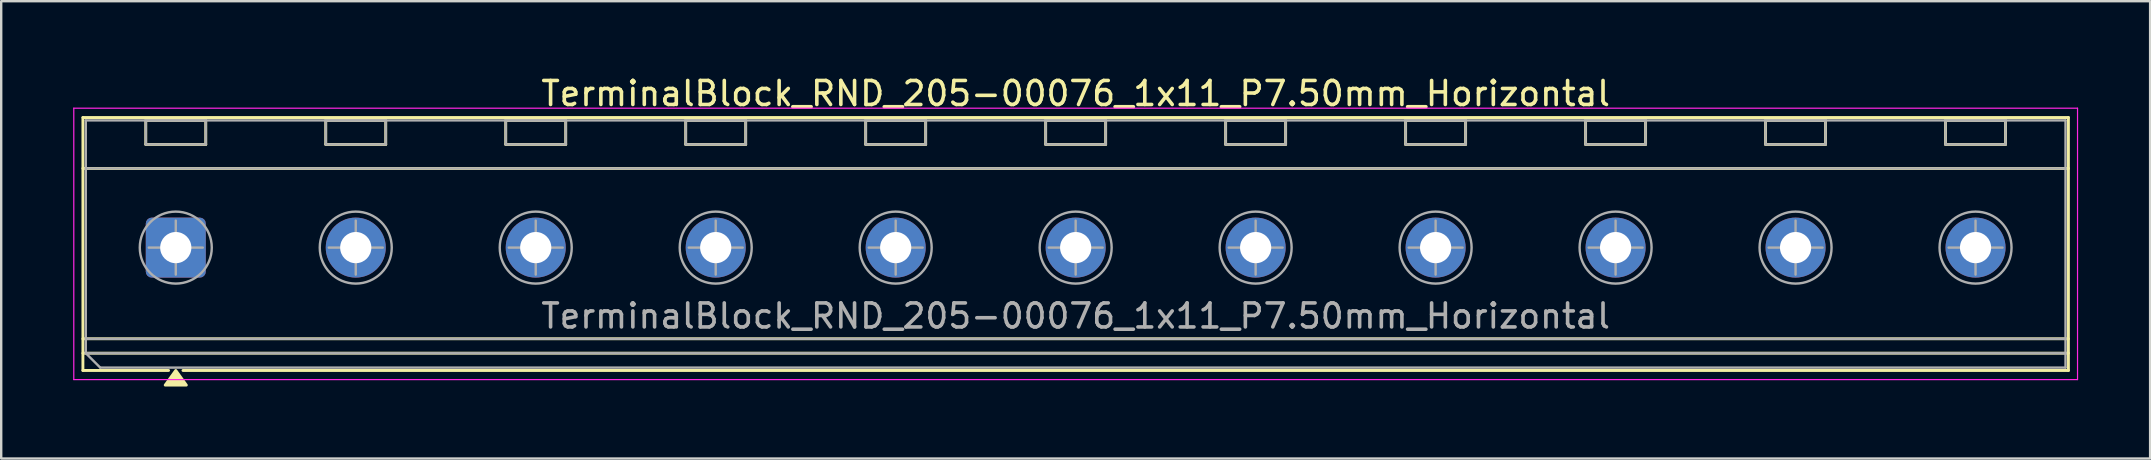
<source format=kicad_pcb>
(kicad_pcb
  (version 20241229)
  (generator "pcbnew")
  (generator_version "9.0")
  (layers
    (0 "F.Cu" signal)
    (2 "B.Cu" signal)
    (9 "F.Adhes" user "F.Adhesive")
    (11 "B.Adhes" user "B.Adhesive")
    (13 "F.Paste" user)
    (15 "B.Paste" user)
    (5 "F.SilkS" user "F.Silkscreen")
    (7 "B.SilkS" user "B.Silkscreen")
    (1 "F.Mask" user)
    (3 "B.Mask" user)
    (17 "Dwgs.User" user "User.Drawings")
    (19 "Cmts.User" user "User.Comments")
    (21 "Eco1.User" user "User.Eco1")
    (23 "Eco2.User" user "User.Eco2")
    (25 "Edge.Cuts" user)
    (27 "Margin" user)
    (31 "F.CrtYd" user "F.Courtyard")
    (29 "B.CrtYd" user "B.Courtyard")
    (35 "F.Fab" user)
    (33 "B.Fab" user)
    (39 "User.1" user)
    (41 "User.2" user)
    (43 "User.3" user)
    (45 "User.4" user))
  (footprint "TerminalBlock_RND_205-00076_1x11_P7.50mm_Horizontal"
    (layer "F.Cu")
    (at 4.275 7.268)
    (property "Reference" "TerminalBlock_RND_205-00076_1x11_P7.50mm_Horizontal" (at 37.5 -6.42 0) (layer "F.SilkS") (effects (font (size 1 1) (thickness 0.15))))
    (attr through_hole)
    (fp_line (start -3.87 -5.42) (end 78.87 -5.42) (stroke (width 0.12) (type solid)) (layer "F.SilkS"))
    (fp_line (start -3.87 -3.3) (end 78.87 -3.3) (stroke (width 0.12) (type solid)) (layer "F.SilkS"))
    (fp_line (start -3.87 3.8) (end 78.87 3.8) (stroke (width 0.12) (type solid)) (layer "F.SilkS"))
    (fp_line (start -3.87 4.4) (end 78.87 4.4) (stroke (width 0.12) (type solid)) (layer "F.SilkS"))
    (fp_line (start -3.87 5.12) (end -3.87 -5.42) (stroke (width 0.12) (type solid)) (layer "F.SilkS"))
    (fp_line (start -1.25 -5.3) (end 1.25 -5.3) (stroke (width 0.12) (type solid)) (layer "F.SilkS"))
    (fp_line (start -1.25 -4.3) (end -1.25 -5.3) (stroke (width 0.12) (type solid)) (layer "F.SilkS"))
    (fp_line (start -0.3 5.12) (end -3.87 5.12) (stroke (width 0.12) (type solid)) (layer "F.SilkS"))
    (fp_line (start 1.25 -5.3) (end 1.25 -4.3) (stroke (width 0.12) (type solid)) (layer "F.SilkS"))
    (fp_line (start 1.25 -4.3) (end -1.25 -4.3) (stroke (width 0.12) (type solid)) (layer "F.SilkS"))
    (fp_line (start 6.25 -5.3) (end 8.75 -5.3) (stroke (width 0.12) (type solid)) (layer "F.SilkS"))
    (fp_line (start 6.25 -4.3) (end 6.25 -5.3) (stroke (width 0.12) (type solid)) (layer "F.SilkS"))
    (fp_line (start 8.75 -5.3) (end 8.75 -4.3) (stroke (width 0.12) (type solid)) (layer "F.SilkS"))
    (fp_line (start 8.75 -4.3) (end 6.25 -4.3) (stroke (width 0.12) (type solid)) (layer "F.SilkS"))
    (fp_line (start 13.75 -5.3) (end 16.25 -5.3) (stroke (width 0.12) (type solid)) (layer "F.SilkS"))
    (fp_line (start 13.75 -4.3) (end 13.75 -5.3) (stroke (width 0.12) (type solid)) (layer "F.SilkS"))
    (fp_line (start 16.25 -5.3) (end 16.25 -4.3) (stroke (width 0.12) (type solid)) (layer "F.SilkS"))
    (fp_line (start 16.25 -4.3) (end 13.75 -4.3) (stroke (width 0.12) (type solid)) (layer "F.SilkS"))
    (fp_line (start 21.25 -5.3) (end 23.75 -5.3) (stroke (width 0.12) (type solid)) (layer "F.SilkS"))
    (fp_line (start 21.25 -4.3) (end 21.25 -5.3) (stroke (width 0.12) (type solid)) (layer "F.SilkS"))
    (fp_line (start 23.75 -5.3) (end 23.75 -4.3) (stroke (width 0.12) (type solid)) (layer "F.SilkS"))
    (fp_line (start 23.75 -4.3) (end 21.25 -4.3) (stroke (width 0.12) (type solid)) (layer "F.SilkS"))
    (fp_line (start 28.75 -5.3) (end 31.25 -5.3) (stroke (width 0.12) (type solid)) (layer "F.SilkS"))
    (fp_line (start 28.75 -4.3) (end 28.75 -5.3) (stroke (width 0.12) (type solid)) (layer "F.SilkS"))
    (fp_line (start 31.25 -5.3) (end 31.25 -4.3) (stroke (width 0.12) (type solid)) (layer "F.SilkS"))
    (fp_line (start 31.25 -4.3) (end 28.75 -4.3) (stroke (width 0.12) (type solid)) (layer "F.SilkS"))
    (fp_line (start 36.25 -5.3) (end 38.75 -5.3) (stroke (width 0.12) (type solid)) (layer "F.SilkS"))
    (fp_line (start 36.25 -4.3) (end 36.25 -5.3) (stroke (width 0.12) (type solid)) (layer "F.SilkS"))
    (fp_line (start 38.75 -5.3) (end 38.75 -4.3) (stroke (width 0.12) (type solid)) (layer "F.SilkS"))
    (fp_line (start 38.75 -4.3) (end 36.25 -4.3) (stroke (width 0.12) (type solid)) (layer "F.SilkS"))
    (fp_line (start 43.75 -5.3) (end 46.25 -5.3) (stroke (width 0.12) (type solid)) (layer "F.SilkS"))
    (fp_line (start 43.75 -4.3) (end 43.75 -5.3) (stroke (width 0.12) (type solid)) (layer "F.SilkS"))
    (fp_line (start 46.25 -5.3) (end 46.25 -4.3) (stroke (width 0.12) (type solid)) (layer "F.SilkS"))
    (fp_line (start 46.25 -4.3) (end 43.75 -4.3) (stroke (width 0.12) (type solid)) (layer "F.SilkS"))
    (fp_line (start 51.25 -5.3) (end 53.75 -5.3) (stroke (width 0.12) (type solid)) (layer "F.SilkS"))
    (fp_line (start 51.25 -4.3) (end 51.25 -5.3) (stroke (width 0.12) (type solid)) (layer "F.SilkS"))
    (fp_line (start 53.75 -5.3) (end 53.75 -4.3) (stroke (width 0.12) (type solid)) (layer "F.SilkS"))
    (fp_line (start 53.75 -4.3) (end 51.25 -4.3) (stroke (width 0.12) (type solid)) (layer "F.SilkS"))
    (fp_line (start 58.75 -5.3) (end 61.25 -5.3) (stroke (width 0.12) (type solid)) (layer "F.SilkS"))
    (fp_line (start 58.75 -4.3) (end 58.75 -5.3) (stroke (width 0.12) (type solid)) (layer "F.SilkS"))
    (fp_line (start 61.25 -5.3) (end 61.25 -4.3) (stroke (width 0.12) (type solid)) (layer "F.SilkS"))
    (fp_line (start 61.25 -4.3) (end 58.75 -4.3) (stroke (width 0.12) (type solid)) (layer "F.SilkS"))
    (fp_line (start 66.25 -5.3) (end 68.75 -5.3) (stroke (width 0.12) (type solid)) (layer "F.SilkS"))
    (fp_line (start 66.25 -4.3) (end 66.25 -5.3) (stroke (width 0.12) (type solid)) (layer "F.SilkS"))
    (fp_line (start 68.75 -5.3) (end 68.75 -4.3) (stroke (width 0.12) (type solid)) (layer "F.SilkS"))
    (fp_line (start 68.75 -4.3) (end 66.25 -4.3) (stroke (width 0.12) (type solid)) (layer "F.SilkS"))
    (fp_line (start 73.75 -5.3) (end 76.25 -5.3) (stroke (width 0.12) (type solid)) (layer "F.SilkS"))
    (fp_line (start 73.75 -4.3) (end 73.75 -5.3) (stroke (width 0.12) (type solid)) (layer "F.SilkS"))
    (fp_line (start 76.25 -5.3) (end 76.25 -4.3) (stroke (width 0.12) (type solid)) (layer "F.SilkS"))
    (fp_line (start 76.25 -4.3) (end 73.75 -4.3) (stroke (width 0.12) (type solid)) (layer "F.SilkS"))
    (fp_line (start 78.87 -5.42) (end 78.87 5.12) (stroke (width 0.12) (type solid)) (layer "F.SilkS"))
    (fp_line (start 78.87 5.12) (end 0.3 5.12) (stroke (width 0.12) (type solid)) (layer "F.SilkS"))
    (fp_poly (pts (xy 0 5.12) (xy 0.44 5.73) (xy -0.44 5.73)) (stroke (width 0.12) (type solid)) (fill yes) (layer "F.SilkS"))
    (fp_line (start -4.25 -5.81) (end -4.25 5.5) (stroke (width 0.05) (type solid)) (layer "F.CrtYd"))
    (fp_line (start -4.25 5.5) (end 79.25 5.5) (stroke (width 0.05) (type solid)) (layer "F.CrtYd"))
    (fp_line (start 79.25 -5.81) (end -4.25 -5.81) (stroke (width 0.05) (type solid)) (layer "F.CrtYd"))
    (fp_line (start 79.25 5.5) (end 79.25 -5.81) (stroke (width 0.05) (type solid)) (layer "F.CrtYd"))
    (fp_line (start -3.75 -5.3) (end 78.75 -5.3) (stroke (width 0.1) (type solid)) (layer "F.Fab"))
    (fp_line (start -3.75 -3.3) (end 78.75 -3.3) (stroke (width 0.1) (type solid)) (layer "F.Fab"))
    (fp_line (start -3.75 3.8) (end 78.75 3.8) (stroke (width 0.1) (type solid)) (layer "F.Fab"))
    (fp_line (start -3.75 4.4) (end -3.75 -5.3) (stroke (width 0.1) (type solid)) (layer "F.Fab"))
    (fp_line (start -3.75 4.4) (end 78.75 4.4) (stroke (width 0.1) (type solid)) (layer "F.Fab"))
    (fp_line (start -3.15 5) (end -3.75 4.4) (stroke (width 0.1) (type solid)) (layer "F.Fab"))
    (fp_line (start -1.25 -5.3) (end -1.25 -4.3) (stroke (width 0.1) (type solid)) (layer "F.Fab"))
    (fp_line (start -1.25 -4.3) (end 1.25 -4.3) (stroke (width 0.1) (type solid)) (layer "F.Fab"))
    (fp_line (start -1.125 0) (end 1.125 0) (stroke (width 0.1) (type solid)) (layer "F.Fab"))
    (fp_line (start 0 -1.125) (end 0 1.125) (stroke (width 0.1) (type solid)) (layer "F.Fab"))
    (fp_line (start 1.25 -5.3) (end -1.25 -5.3) (stroke (width 0.1) (type solid)) (layer "F.Fab"))
    (fp_line (start 1.25 -4.3) (end 1.25 -5.3) (stroke (width 0.1) (type solid)) (layer "F.Fab"))
    (fp_line (start 6.25 -5.3) (end 6.25 -4.3) (stroke (width 0.1) (type solid)) (layer "F.Fab"))
    (fp_line (start 6.25 -4.3) (end 8.75 -4.3) (stroke (width 0.1) (type solid)) (layer "F.Fab"))
    (fp_line (start 6.375 0) (end 8.625 0) (stroke (width 0.1) (type solid)) (layer "F.Fab"))
    (fp_line (start 7.5 -1.125) (end 7.5 1.125) (stroke (width 0.1) (type solid)) (layer "F.Fab"))
    (fp_line (start 8.75 -5.3) (end 6.25 -5.3) (stroke (width 0.1) (type solid)) (layer "F.Fab"))
    (fp_line (start 8.75 -4.3) (end 8.75 -5.3) (stroke (width 0.1) (type solid)) (layer "F.Fab"))
    (fp_line (start 13.75 -5.3) (end 13.75 -4.3) (stroke (width 0.1) (type solid)) (layer "F.Fab"))
    (fp_line (start 13.75 -4.3) (end 16.25 -4.3) (stroke (width 0.1) (type solid)) (layer "F.Fab"))
    (fp_line (start 13.875 0) (end 16.125 0) (stroke (width 0.1) (type solid)) (layer "F.Fab"))
    (fp_line (start 15 -1.125) (end 15 1.125) (stroke (width 0.1) (type solid)) (layer "F.Fab"))
    (fp_line (start 16.25 -5.3) (end 13.75 -5.3) (stroke (width 0.1) (type solid)) (layer "F.Fab"))
    (fp_line (start 16.25 -4.3) (end 16.25 -5.3) (stroke (width 0.1) (type solid)) (layer "F.Fab"))
    (fp_line (start 21.25 -5.3) (end 21.25 -4.3) (stroke (width 0.1) (type solid)) (layer "F.Fab"))
    (fp_line (start 21.25 -4.3) (end 23.75 -4.3) (stroke (width 0.1) (type solid)) (layer "F.Fab"))
    (fp_line (start 21.375 0) (end 23.625 0) (stroke (width 0.1) (type solid)) (layer "F.Fab"))
    (fp_line (start 22.5 -1.125) (end 22.5 1.125) (stroke (width 0.1) (type solid)) (layer "F.Fab"))
    (fp_line (start 23.75 -5.3) (end 21.25 -5.3) (stroke (width 0.1) (type solid)) (layer "F.Fab"))
    (fp_line (start 23.75 -4.3) (end 23.75 -5.3) (stroke (width 0.1) (type solid)) (layer "F.Fab"))
    (fp_line (start 28.75 -5.3) (end 28.75 -4.3) (stroke (width 0.1) (type solid)) (layer "F.Fab"))
    (fp_line (start 28.75 -4.3) (end 31.25 -4.3) (stroke (width 0.1) (type solid)) (layer "F.Fab"))
    (fp_line (start 28.875 0) (end 31.125 0) (stroke (width 0.1) (type solid)) (layer "F.Fab"))
    (fp_line (start 30 -1.125) (end 30 1.125) (stroke (width 0.1) (type solid)) (layer "F.Fab"))
    (fp_line (start 31.25 -5.3) (end 28.75 -5.3) (stroke (width 0.1) (type solid)) (layer "F.Fab"))
    (fp_line (start 31.25 -4.3) (end 31.25 -5.3) (stroke (width 0.1) (type solid)) (layer "F.Fab"))
    (fp_line (start 36.25 -5.3) (end 36.25 -4.3) (stroke (width 0.1) (type solid)) (layer "F.Fab"))
    (fp_line (start 36.25 -4.3) (end 38.75 -4.3) (stroke (width 0.1) (type solid)) (layer "F.Fab"))
    (fp_line (start 36.375 0) (end 38.625 0) (stroke (width 0.1) (type solid)) (layer "F.Fab"))
    (fp_line (start 37.5 -1.125) (end 37.5 1.125) (stroke (width 0.1) (type solid)) (layer "F.Fab"))
    (fp_line (start 38.75 -5.3) (end 36.25 -5.3) (stroke (width 0.1) (type solid)) (layer "F.Fab"))
    (fp_line (start 38.75 -4.3) (end 38.75 -5.3) (stroke (width 0.1) (type solid)) (layer "F.Fab"))
    (fp_line (start 43.75 -5.3) (end 43.75 -4.3) (stroke (width 0.1) (type solid)) (layer "F.Fab"))
    (fp_line (start 43.75 -4.3) (end 46.25 -4.3) (stroke (width 0.1) (type solid)) (layer "F.Fab"))
    (fp_line (start 43.875 0) (end 46.125 0) (stroke (width 0.1) (type solid)) (layer "F.Fab"))
    (fp_line (start 45 -1.125) (end 45 1.125) (stroke (width 0.1) (type solid)) (layer "F.Fab"))
    (fp_line (start 46.25 -5.3) (end 43.75 -5.3) (stroke (width 0.1) (type solid)) (layer "F.Fab"))
    (fp_line (start 46.25 -4.3) (end 46.25 -5.3) (stroke (width 0.1) (type solid)) (layer "F.Fab"))
    (fp_line (start 51.25 -5.3) (end 51.25 -4.3) (stroke (width 0.1) (type solid)) (layer "F.Fab"))
    (fp_line (start 51.25 -4.3) (end 53.75 -4.3) (stroke (width 0.1) (type solid)) (layer "F.Fab"))
    (fp_line (start 51.375 0) (end 53.625 0) (stroke (width 0.1) (type solid)) (layer "F.Fab"))
    (fp_line (start 52.5 -1.125) (end 52.5 1.125) (stroke (width 0.1) (type solid)) (layer "F.Fab"))
    (fp_line (start 53.75 -5.3) (end 51.25 -5.3) (stroke (width 0.1) (type solid)) (layer "F.Fab"))
    (fp_line (start 53.75 -4.3) (end 53.75 -5.3) (stroke (width 0.1) (type solid)) (layer "F.Fab"))
    (fp_line (start 58.75 -5.3) (end 58.75 -4.3) (stroke (width 0.1) (type solid)) (layer "F.Fab"))
    (fp_line (start 58.75 -4.3) (end 61.25 -4.3) (stroke (width 0.1) (type solid)) (layer "F.Fab"))
    (fp_line (start 58.875 0) (end 61.125 0) (stroke (width 0.1) (type solid)) (layer "F.Fab"))
    (fp_line (start 60 -1.125) (end 60 1.125) (stroke (width 0.1) (type solid)) (layer "F.Fab"))
    (fp_line (start 61.25 -5.3) (end 58.75 -5.3) (stroke (width 0.1) (type solid)) (layer "F.Fab"))
    (fp_line (start 61.25 -4.3) (end 61.25 -5.3) (stroke (width 0.1) (type solid)) (layer "F.Fab"))
    (fp_line (start 66.25 -5.3) (end 66.25 -4.3) (stroke (width 0.1) (type solid)) (layer "F.Fab"))
    (fp_line (start 66.25 -4.3) (end 68.75 -4.3) (stroke (width 0.1) (type solid)) (layer "F.Fab"))
    (fp_line (start 66.375 0) (end 68.625 0) (stroke (width 0.1) (type solid)) (layer "F.Fab"))
    (fp_line (start 67.5 -1.125) (end 67.5 1.125) (stroke (width 0.1) (type solid)) (layer "F.Fab"))
    (fp_line (start 68.75 -5.3) (end 66.25 -5.3) (stroke (width 0.1) (type solid)) (layer "F.Fab"))
    (fp_line (start 68.75 -4.3) (end 68.75 -5.3) (stroke (width 0.1) (type solid)) (layer "F.Fab"))
    (fp_line (start 73.75 -5.3) (end 73.75 -4.3) (stroke (width 0.1) (type solid)) (layer "F.Fab"))
    (fp_line (start 73.75 -4.3) (end 76.25 -4.3) (stroke (width 0.1) (type solid)) (layer "F.Fab"))
    (fp_line (start 73.875 0) (end 76.125 0) (stroke (width 0.1) (type solid)) (layer "F.Fab"))
    (fp_line (start 75 -1.125) (end 75 1.125) (stroke (width 0.1) (type solid)) (layer "F.Fab"))
    (fp_line (start 76.25 -5.3) (end 73.75 -5.3) (stroke (width 0.1) (type solid)) (layer "F.Fab"))
    (fp_line (start 76.25 -4.3) (end 76.25 -5.3) (stroke (width 0.1) (type solid)) (layer "F.Fab"))
    (fp_line (start 78.75 -5.3) (end 78.75 5) (stroke (width 0.1) (type solid)) (layer "F.Fab"))
    (fp_line (start 78.75 5) (end -3.15 5) (stroke (width 0.1) (type solid)) (layer "F.Fab"))
    (fp_circle (center 0 0) (end 1.5 0) (stroke (width 0.1) (type solid)) (fill no) (layer "F.Fab"))
    (fp_circle (center 7.5 0) (end 9 0) (stroke (width 0.1) (type solid)) (fill no) (layer "F.Fab"))
    (fp_circle (center 15 0) (end 16.5 0) (stroke (width 0.1) (type solid)) (fill no) (layer "F.Fab"))
    (fp_circle (center 22.5 0) (end 24 0) (stroke (width 0.1) (type solid)) (fill no) (layer "F.Fab"))
    (fp_circle (center 30 0) (end 31.5 0) (stroke (width 0.1) (type solid)) (fill no) (layer "F.Fab"))
    (fp_circle (center 37.5 0) (end 39 0) (stroke (width 0.1) (type solid)) (fill no) (layer "F.Fab"))
    (fp_circle (center 45 0) (end 46.5 0) (stroke (width 0.1) (type solid)) (fill no) (layer "F.Fab"))
    (fp_circle (center 52.5 0) (end 54 0) (stroke (width 0.1) (type solid)) (fill no) (layer "F.Fab"))
    (fp_circle (center 60 0) (end 61.5 0) (stroke (width 0.1) (type solid)) (fill no) (layer "F.Fab"))
    (fp_circle (center 67.5 0) (end 69 0) (stroke (width 0.1) (type solid)) (fill no) (layer "F.Fab"))
    (fp_circle (center 75 0) (end 76.5 0) (stroke (width 0.1) (type solid)) (fill no) (layer "F.Fab"))
    (fp_text user "${REFERENCE}" (at 37.5 2.85 0) (layer "F.Fab") (effects (font (size 1 1) (thickness 0.15))))
    (pad "1" thru_hole roundrect (at 0 0) (size 2.5 2.5) (drill 1.3) (layers "*.Cu" "*.Mask") (roundrect_rratio 0.1))
    (pad "2" thru_hole circle (at 7.5 0) (size 2.5 2.5) (drill 1.3) (layers "*.Cu" "*.Mask"))
    (pad "3" thru_hole circle (at 15 0) (size 2.5 2.5) (drill 1.3) (layers "*.Cu" "*.Mask"))
    (pad "4" thru_hole circle (at 22.5 0) (size 2.5 2.5) (drill 1.3) (layers "*.Cu" "*.Mask"))
    (pad "5" thru_hole circle (at 30 0) (size 2.5 2.5) (drill 1.3) (layers "*.Cu" "*.Mask"))
    (pad "6" thru_hole circle (at 37.5 0) (size 2.5 2.5) (drill 1.3) (layers "*.Cu" "*.Mask"))
    (pad "7" thru_hole circle (at 45 0) (size 2.5 2.5) (drill 1.3) (layers "*.Cu" "*.Mask"))
    (pad "8" thru_hole circle (at 52.5 0) (size 2.5 2.5) (drill 1.3) (layers "*.Cu" "*.Mask"))
    (pad "9" thru_hole circle (at 60 0) (size 2.5 2.5) (drill 1.3) (layers "*.Cu" "*.Mask"))
    (pad "10" thru_hole circle (at 67.5 0) (size 2.5 2.5) (drill 1.3) (layers "*.Cu" "*.Mask"))
    (pad "11" thru_hole circle (at 75 0) (size 2.5 2.5) (drill 1.3) (layers "*.Cu" "*.Mask")))
  (gr_rect
    (start -3 -3)
    (end 86.55 16.058)
    (stroke (width 0.1) (type default))
    (fill no)
    (layer "Edge.Cuts")))
</source>
